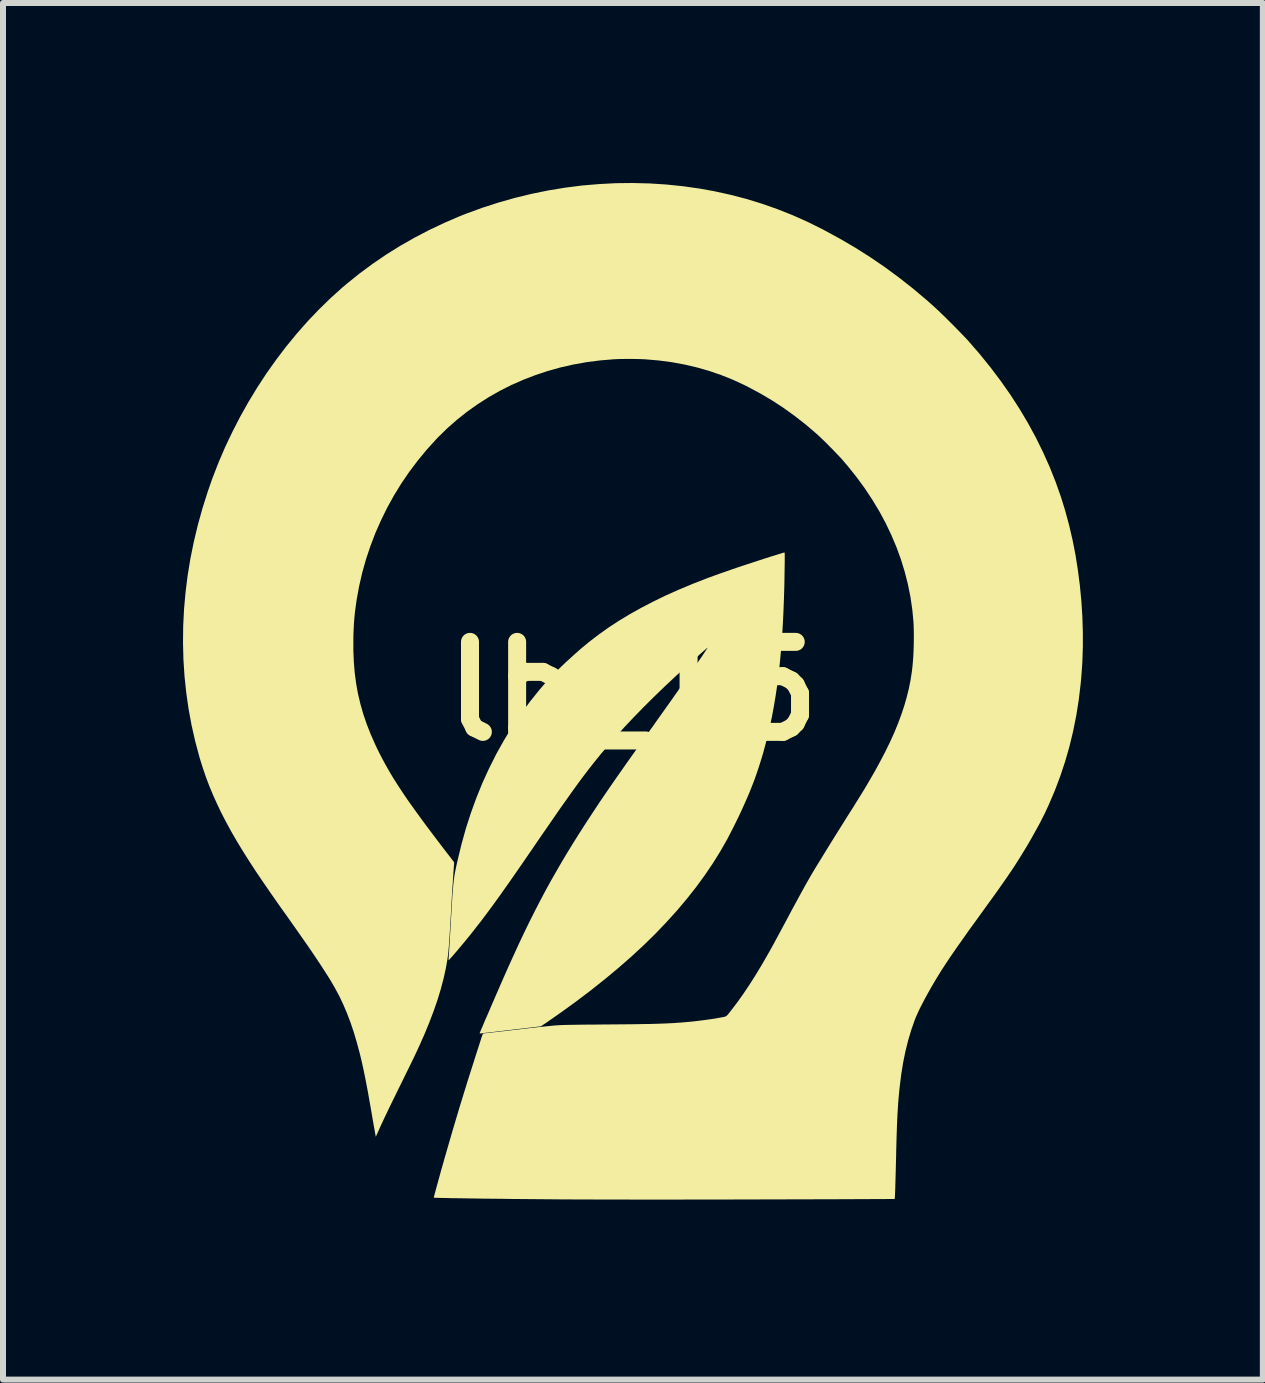
<source format=kicad_pcb>
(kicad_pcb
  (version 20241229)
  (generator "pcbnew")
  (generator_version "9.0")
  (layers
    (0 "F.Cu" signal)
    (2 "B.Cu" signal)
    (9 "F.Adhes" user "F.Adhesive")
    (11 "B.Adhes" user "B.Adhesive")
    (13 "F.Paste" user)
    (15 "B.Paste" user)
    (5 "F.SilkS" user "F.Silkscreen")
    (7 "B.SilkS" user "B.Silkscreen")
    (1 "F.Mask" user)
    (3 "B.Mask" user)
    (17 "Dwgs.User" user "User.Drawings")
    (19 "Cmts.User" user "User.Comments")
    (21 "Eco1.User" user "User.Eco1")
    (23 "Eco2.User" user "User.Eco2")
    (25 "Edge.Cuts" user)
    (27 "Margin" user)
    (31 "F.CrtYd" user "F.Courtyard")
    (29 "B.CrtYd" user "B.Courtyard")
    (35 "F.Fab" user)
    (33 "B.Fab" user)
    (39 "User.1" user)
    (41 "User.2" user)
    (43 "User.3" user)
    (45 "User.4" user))
  (footprint "lb_15"
    (layer "F.Cu")
    (at 7.497 8.469)
    (property "Reference" "lb_15" (at 0 0 0) (layer "F.SilkS") (effects (font (size 1.5 1.5) (thickness 0.3))))
    (attr board_only exclude_from_pos_files exclude_from_bom)
    (fp_poly (pts (xy 2.527 -2.311) (xy 2.528 -2.308) (xy 2.529 -2.302) (xy 2.53 -2.292) (xy 2.531 -2.277) (xy 2.531 -2.256) (xy 2.531 -2.229) (xy 2.531 -2.194) (xy 2.531 -2.151) (xy 2.53 -2.098) (xy 2.529 -2.035) (xy 2.529 -2.033) (xy 2.525 -1.782) (xy 2.518 -1.542) (xy 2.509 -1.311) (xy 2.498 -1.09) (xy 2.484 -0.877) (xy 2.468 -0.672) (xy 2.45 -0.475) (xy 2.429 -0.285) (xy 2.406 -0.1) (xy 2.379 0.078) (xy 2.35 0.251) (xy 2.319 0.42) (xy 2.284 0.585) (xy 2.246 0.747) (xy 2.205 0.906) (xy 2.171 1.031) (xy 2.136 1.148) (xy 2.1 1.261) (xy 2.063 1.372) (xy 2.024 1.482) (xy 1.981 1.593) (xy 1.936 1.705) (xy 1.886 1.821) (xy 1.832 1.941) (xy 1.774 2.067) (xy 1.709 2.2) (xy 1.68 2.259) (xy 1.574 2.465) (xy 1.458 2.668) (xy 1.333 2.869) (xy 1.198 3.068) (xy 1.054 3.265) (xy 0.9 3.46) (xy 0.736 3.655) (xy 0.562 3.847) (xy 0.379 4.039) (xy 0.185 4.229) (xy -0.02 4.419) (xy -0.235 4.607) (xy -0.461 4.795) (xy -0.697 4.983) (xy -0.944 5.17) (xy -1.151 5.32) (xy -1.189 5.347) (xy -1.23 5.376) (xy -1.272 5.406) (xy -1.314 5.435) (xy -1.355 5.464) (xy -1.395 5.491) (xy -1.431 5.517) (xy -1.464 5.539) (xy -1.492 5.558) (xy -1.513 5.572) (xy -1.527 5.582) (xy -1.534 5.585) (xy -1.54 5.586) (xy -1.556 5.588) (xy -1.581 5.591) (xy -1.615 5.595) (xy -1.656 5.6) (xy -1.703 5.606) (xy -1.756 5.612) (xy -1.813 5.619) (xy -1.873 5.626) (xy -1.936 5.633) (xy -2.001 5.641) (xy -2.066 5.649) (xy -2.131 5.656) (xy -2.194 5.664) (xy -2.256 5.671) (xy -2.314 5.678) (xy -2.367 5.684) (xy -2.416 5.69) (xy -2.459 5.694) (xy -2.495 5.699) (xy -2.522 5.702) (xy -2.541 5.704) (xy -2.55 5.705) (xy -2.551 5.705) (xy -2.553 5.7) (xy -2.552 5.695) (xy -2.549 5.688) (xy -2.542 5.672) (xy -2.532 5.647) (xy -2.518 5.615) (xy -2.501 5.576) (xy -2.482 5.53) (xy -2.461 5.48) (xy -2.437 5.426) (xy -2.412 5.369) (xy -2.386 5.309) (xy -2.36 5.247) (xy -2.333 5.185) (xy -2.306 5.123) (xy -2.28 5.062) (xy -2.254 5.003) (xy -2.229 4.946) (xy -2.207 4.894) (xy -2.186 4.846) (xy -2.168 4.805) (xy -2.075 4.595) (xy -1.984 4.395) (xy -1.896 4.203) (xy -1.809 4.019) (xy -1.723 3.842) (xy -1.636 3.669) (xy -1.55 3.502) (xy -1.463 3.337) (xy -1.374 3.175) (xy -1.283 3.015) (xy -1.19 2.854) (xy -1.094 2.693) (xy -0.993 2.529) (xy -0.889 2.363) (xy -0.78 2.193) (xy -0.668 2.023) (xy -0.628 1.962) (xy -0.589 1.903) (xy -0.549 1.843) (xy -0.508 1.783) (xy -0.467 1.722) (xy -0.424 1.659) (xy -0.379 1.594) (xy -0.332 1.526) (xy -0.283 1.455) (xy -0.23 1.38) (xy -0.174 1.3) (xy -0.115 1.215) (xy -0.051 1.125) (xy 0.018 1.028) (xy 0.092 0.924) (xy 0.17 0.813) (xy 0.255 0.694) (xy 0.332 0.587) (xy 0.41 0.476) (xy 0.487 0.368) (xy 0.562 0.262) (xy 0.635 0.16) (xy 0.704 0.061) (xy 0.771 -0.034) (xy 0.835 -0.124) (xy 0.895 -0.21) (xy 0.951 -0.291) (xy 1.004 -0.366) (xy 1.052 -0.436) (xy 1.095 -0.499) (xy 1.134 -0.555) (xy 1.167 -0.604) (xy 1.195 -0.646) (xy 1.217 -0.68) (xy 1.234 -0.705) (xy 1.243 -0.721) (xy 1.245 -0.723) (xy 1.245 -0.725) (xy 1.243 -0.724) (xy 1.239 -0.721) (xy 1.23 -0.714) (xy 1.218 -0.703) (xy 1.2 -0.687) (xy 1.175 -0.666) (xy 1.144 -0.638) (xy 1.12 -0.617) (xy 0.913 -0.432) (xy 0.715 -0.251) (xy 0.527 -0.075) (xy 0.348 0.098) (xy 0.178 0.267) (xy 0.016 0.433) (xy -0.137 0.595) (xy -0.282 0.755) (xy -0.42 0.913) (xy -0.551 1.068) (xy -0.556 1.076) (xy -0.6 1.13) (xy -0.644 1.184) (xy -0.688 1.24) (xy -0.733 1.297) (xy -0.778 1.356) (xy -0.824 1.417) (xy -0.873 1.482) (xy -0.923 1.55) (xy -0.975 1.622) (xy -1.03 1.699) (xy -1.088 1.781) (xy -1.15 1.868) (xy -1.216 1.961) (xy -1.285 2.061) (xy -1.359 2.168) (xy -1.438 2.283) (xy -1.523 2.405) (xy -1.613 2.537) (xy -1.651 2.593) (xy -1.745 2.729) (xy -1.832 2.856) (xy -1.915 2.976) (xy -1.992 3.087) (xy -2.065 3.192) (xy -2.135 3.29) (xy -2.2 3.383) (xy -2.263 3.47) (xy -2.322 3.552) (xy -2.38 3.631) (xy -2.435 3.705) (xy -2.489 3.777) (xy -2.542 3.847) (xy -2.595 3.914) (xy -2.647 3.981) (xy -2.699 4.047) (xy -2.752 4.113) (xy -2.757 4.118) (xy -2.789 4.158) (xy -2.824 4.2) (xy -2.858 4.241) (xy -2.893 4.282) (xy -2.926 4.322) (xy -2.958 4.359) (xy -2.987 4.393) (xy -3.013 4.423) (xy -3.036 4.448) (xy -3.053 4.467) (xy -3.065 4.48) (xy -3.071 4.485) (xy -3.071 4.485) (xy -3.071 4.479) (xy -3.071 4.463) (xy -3.07 4.439) (xy -3.068 4.408) (xy -3.065 4.372) (xy -3.063 4.332) (xy -3.062 4.321) (xy -3.059 4.279) (xy -3.056 4.228) (xy -3.052 4.171) (xy -3.049 4.109) (xy -3.045 4.045) (xy -3.041 3.982) (xy -3.038 3.921) (xy -3.037 3.908) (xy -3.031 3.8) (xy -3.025 3.703) (xy -3.02 3.615) (xy -3.015 3.536) (xy -3.011 3.465) (xy -3.007 3.401) (xy -3.002 3.343) (xy -2.998 3.292) (xy -2.994 3.245) (xy -2.99 3.202) (xy -2.986 3.163) (xy -2.981 3.126) (xy -2.976 3.091) (xy -2.971 3.058) (xy -2.965 3.024) (xy -2.958 2.99) (xy -2.951 2.955) (xy -2.943 2.917) (xy -2.934 2.877) (xy -2.924 2.833) (xy -2.858 2.559) (xy -2.784 2.292) (xy -2.7 2.031) (xy -2.607 1.775) (xy -2.506 1.527) (xy -2.395 1.284) (xy -2.277 1.049) (xy -2.149 0.82) (xy -2.014 0.598) (xy -1.87 0.384) (xy -1.717 0.177) (xy -1.557 -0.023) (xy -1.454 -0.142) (xy -1.398 -0.203) (xy -1.335 -0.269) (xy -1.266 -0.339) (xy -1.192 -0.411) (xy -1.114 -0.485) (xy -1.034 -0.558) (xy -0.954 -0.63) (xy -0.875 -0.7) (xy -0.797 -0.765) (xy -0.732 -0.819) (xy -0.574 -0.94) (xy -0.409 -1.058) (xy -0.235 -1.172) (xy -0.053 -1.282) (xy 0.138 -1.389) (xy 0.339 -1.493) (xy 0.548 -1.595) (xy 0.768 -1.693) (xy 0.998 -1.789) (xy 1.239 -1.883) (xy 1.277 -1.897) (xy 1.359 -1.927) (xy 1.45 -1.96) (xy 1.549 -1.994) (xy 1.654 -2.031) (xy 1.763 -2.068) (xy 1.875 -2.105) (xy 1.988 -2.142) (xy 2.1 -2.179) (xy 2.211 -2.215) (xy 2.318 -2.249) (xy 2.419 -2.28) (xy 2.514 -2.309) (xy 2.522 -2.311) (xy 2.525 -2.312)) (stroke (width 0) (type solid)) (fill yes) (layer "F.SilkS"))
    (fp_poly (pts (xy 0.278 -8.462) (xy 0.558 -8.444) (xy 0.838 -8.415) (xy 1.115 -8.376) (xy 1.352 -8.333) (xy 1.621 -8.274) (xy 1.887 -8.205) (xy 2.149 -8.125) (xy 2.407 -8.034) (xy 2.662 -7.933) (xy 2.913 -7.821) (xy 3.161 -7.698) (xy 3.184 -7.686) (xy 3.45 -7.541) (xy 3.707 -7.391) (xy 3.956 -7.233) (xy 4.198 -7.068) (xy 4.434 -6.894) (xy 4.666 -6.712) (xy 4.894 -6.52) (xy 5.031 -6.398) (xy 5.063 -6.368) (xy 5.102 -6.332) (xy 5.145 -6.29) (xy 5.193 -6.244) (xy 5.242 -6.195) (xy 5.294 -6.144) (xy 5.345 -6.093) (xy 5.395 -6.042) (xy 5.443 -5.993) (xy 5.487 -5.947) (xy 5.527 -5.906) (xy 5.561 -5.87) (xy 5.582 -5.847) (xy 5.776 -5.624) (xy 5.959 -5.398) (xy 6.131 -5.17) (xy 6.293 -4.939) (xy 6.444 -4.705) (xy 6.585 -4.468) (xy 6.716 -4.227) (xy 6.836 -3.983) (xy 6.947 -3.735) (xy 7.047 -3.484) (xy 7.135 -3.235) (xy 7.206 -3.005) (xy 7.27 -2.768) (xy 7.327 -2.524) (xy 7.376 -2.275) (xy 7.416 -2.022) (xy 7.449 -1.767) (xy 7.474 -1.509) (xy 7.491 -1.25) (xy 7.499 -0.992) (xy 7.499 -0.735) (xy 7.491 -0.481) (xy 7.473 -0.23) (xy 7.464 -0.134) (xy 7.432 0.138) (xy 7.39 0.404) (xy 7.338 0.665) (xy 7.276 0.921) (xy 7.204 1.172) (xy 7.122 1.419) (xy 7.031 1.66) (xy 6.929 1.898) (xy 6.867 2.032) (xy 6.829 2.107) (xy 6.787 2.19) (xy 6.739 2.278) (xy 6.688 2.37) (xy 6.635 2.465) (xy 6.58 2.56) (xy 6.524 2.653) (xy 6.468 2.744) (xy 6.415 2.829) (xy 6.386 2.874) (xy 6.358 2.918) (xy 6.329 2.962) (xy 6.299 3.007) (xy 6.267 3.053) (xy 6.235 3.101) (xy 6.199 3.152) (xy 6.161 3.207) (xy 6.12 3.265) (xy 6.076 3.328) (xy 6.027 3.396) (xy 5.973 3.471) (xy 5.914 3.552) (xy 5.85 3.641) (xy 5.78 3.738) (xy 5.765 3.759) (xy 5.68 3.876) (xy 5.601 3.985) (xy 5.529 4.087) (xy 5.462 4.182) (xy 5.399 4.271) (xy 5.342 4.354) (xy 5.288 4.432) (xy 5.239 4.506) (xy 5.192 4.577) (xy 5.148 4.644) (xy 5.107 4.71) (xy 5.068 4.774) (xy 5.03 4.837) (xy 4.993 4.9) (xy 4.972 4.936) (xy 4.918 5.032) (xy 4.868 5.123) (xy 4.823 5.209) (xy 4.782 5.289) (xy 4.748 5.362) (xy 4.719 5.427) (xy 4.699 5.476) (xy 4.641 5.642) (xy 4.589 5.816) (xy 4.543 5.999) (xy 4.504 6.191) (xy 4.472 6.391) (xy 4.446 6.601) (xy 4.437 6.691) (xy 4.431 6.757) (xy 4.425 6.822) (xy 4.42 6.887) (xy 4.416 6.954) (xy 4.412 7.022) (xy 4.408 7.094) (xy 4.404 7.171) (xy 4.401 7.252) (xy 4.398 7.34) (xy 4.395 7.434) (xy 4.392 7.537) (xy 4.389 7.649) (xy 4.387 7.771) (xy 4.386 7.792) (xy 4.384 7.874) (xy 4.382 7.954) (xy 4.38 8.031) (xy 4.378 8.104) (xy 4.376 8.172) (xy 4.374 8.234) (xy 4.373 8.29) (xy 4.371 8.337) (xy 4.369 8.377) (xy 4.368 8.407) (xy 4.366 8.427) (xy 4.366 8.429) (xy 4.363 8.463) (xy 3.434 8.467) (xy 3.227 8.468) (xy 3.019 8.468) (xy 2.808 8.469) (xy 2.597 8.469) (xy 2.386 8.47) (xy 2.175 8.47) (xy 1.964 8.471) (xy 1.755 8.471) (xy 1.548 8.472) (xy 1.344 8.472) (xy 1.142 8.472) (xy 0.944 8.472) (xy 0.75 8.473) (xy 0.561 8.473) (xy 0.377 8.473) (xy 0.199 8.473) (xy 0.028 8.473) (xy -0.137 8.472) (xy -0.295 8.472) (xy -0.444 8.472) (xy -0.585 8.472) (xy -0.717 8.471) (xy -0.839 8.471) (xy -0.951 8.471) (xy -1.028 8.47) (xy -1.137 8.47) (xy -1.249 8.469) (xy -1.363 8.468) (xy -1.478 8.467) (xy -1.594 8.466) (xy -1.711 8.465) (xy -1.828 8.464) (xy -1.944 8.463) (xy -2.059 8.462) (xy -2.172 8.46) (xy -2.283 8.459) (xy -2.391 8.458) (xy -2.496 8.457) (xy -2.597 8.455) (xy -2.694 8.454) (xy -2.786 8.452) (xy -2.872 8.451) (xy -2.953 8.45) (xy -3.026 8.449) (xy -3.093 8.447) (xy -3.152 8.446) (xy -3.203 8.445) (xy -3.246 8.444) (xy -3.279 8.443) (xy -3.302 8.442) (xy -3.315 8.441) (xy -3.318 8.44) (xy -3.317 8.434) (xy -3.313 8.419) (xy -3.307 8.394) (xy -3.298 8.361) (xy -3.287 8.321) (xy -3.275 8.275) (xy -3.26 8.223) (xy -3.245 8.166) (xy -3.228 8.106) (xy -3.211 8.043) (xy -3.193 7.978) (xy -3.174 7.912) (xy -3.155 7.845) (xy -3.137 7.78) (xy -3.128 7.75) (xy -3.008 7.335) (xy -2.884 6.919) (xy -2.755 6.501) (xy -2.62 6.077) (xy -2.611 6.048) (xy -2.595 5.998) (xy -2.579 5.949) (xy -2.564 5.902) (xy -2.55 5.859) (xy -2.538 5.822) (xy -2.529 5.792) (xy -2.522 5.771) (xy -2.521 5.768) (xy -2.511 5.739) (xy -2.503 5.718) (xy -2.497 5.707) (xy -2.494 5.705) (xy -2.487 5.704) (xy -2.47 5.702) (xy -2.444 5.699) (xy -2.409 5.695) (xy -2.365 5.69) (xy -2.314 5.684) (xy -2.257 5.678) (xy -2.194 5.67) (xy -2.125 5.663) (xy -2.052 5.654) (xy -1.976 5.645) (xy -1.912 5.638) (xy -1.814 5.626) (xy -1.726 5.616) (xy -1.647 5.607) (xy -1.577 5.599) (xy -1.515 5.593) (xy -1.46 5.587) (xy -1.412 5.582) (xy -1.37 5.578) (xy -1.332 5.574) (xy -1.298 5.571) (xy -1.268 5.569) (xy -1.241 5.567) (xy -1.215 5.566) (xy -1.201 5.565) (xy -1.178 5.564) (xy -1.144 5.563) (xy -1.1 5.562) (xy -1.049 5.561) (xy -0.989 5.56) (xy -0.923 5.559) (xy -0.851 5.558) (xy -0.774 5.557) (xy -0.692 5.557) (xy -0.608 5.556) (xy -0.521 5.555) (xy -0.433 5.554) (xy -0.397 5.554) (xy -0.271 5.553) (xy -0.155 5.552) (xy -0.05 5.551) (xy 0.047 5.55) (xy 0.136 5.548) (xy 0.218 5.547) (xy 0.292 5.546) (xy 0.361 5.544) (xy 0.425 5.542) (xy 0.485 5.54) (xy 0.541 5.538) (xy 0.594 5.535) (xy 0.645 5.533) (xy 0.695 5.53) (xy 0.745 5.526) (xy 0.795 5.523) (xy 0.845 5.519) (xy 0.863 5.517) (xy 0.968 5.508) (xy 1.074 5.496) (xy 1.179 5.483) (xy 1.28 5.469) (xy 1.375 5.455) (xy 1.462 5.439) (xy 1.472 5.437) (xy 1.497 5.433) (xy 1.517 5.429) (xy 1.533 5.425) (xy 1.546 5.42) (xy 1.558 5.413) (xy 1.57 5.403) (xy 1.584 5.388) (xy 1.6 5.368) (xy 1.621 5.342) (xy 1.646 5.309) (xy 1.656 5.297) (xy 1.752 5.17) (xy 1.848 5.034) (xy 1.946 4.888) (xy 2.045 4.732) (xy 2.146 4.565) (xy 2.248 4.388) (xy 2.267 4.355) (xy 2.287 4.319) (xy 2.308 4.282) (xy 2.329 4.243) (xy 2.351 4.203) (xy 2.375 4.159) (xy 2.401 4.111) (xy 2.43 4.057) (xy 2.462 3.998) (xy 2.498 3.931) (xy 2.538 3.856) (xy 2.576 3.785) (xy 2.632 3.68) (xy 2.684 3.583) (xy 2.732 3.495) (xy 2.776 3.414) (xy 2.817 3.339) (xy 2.855 3.27) (xy 2.891 3.205) (xy 2.926 3.144) (xy 2.959 3.086) (xy 2.992 3.03) (xy 3.025 2.975) (xy 3.058 2.92) (xy 3.092 2.865) (xy 3.127 2.808) (xy 3.143 2.783) (xy 3.162 2.751) (xy 3.185 2.713) (xy 3.21 2.673) (xy 3.235 2.632) (xy 3.256 2.598) (xy 3.274 2.568) (xy 3.298 2.53) (xy 3.326 2.485) (xy 3.357 2.435) (xy 3.391 2.38) (xy 3.427 2.323) (xy 3.464 2.264) (xy 3.501 2.205) (xy 3.535 2.151) (xy 3.588 2.066) (xy 3.636 1.991) (xy 3.679 1.923) (xy 3.717 1.861) (xy 3.752 1.806) (xy 3.783 1.755) (xy 3.812 1.709) (xy 3.839 1.665) (xy 3.864 1.624) (xy 3.888 1.584) (xy 3.911 1.544) (xy 3.929 1.514) (xy 4.032 1.336) (xy 4.125 1.165) (xy 4.211 1) (xy 4.289 0.84) (xy 4.359 0.685) (xy 4.421 0.533) (xy 4.476 0.385) (xy 4.524 0.24) (xy 4.565 0.096) (xy 4.6 -0.045) (xy 4.628 -0.186) (xy 4.65 -0.327) (xy 4.659 -0.405) (xy 4.666 -0.477) (xy 4.672 -0.557) (xy 4.677 -0.642) (xy 4.68 -0.732) (xy 4.682 -0.822) (xy 4.683 -0.912) (xy 4.682 -0.997) (xy 4.68 -1.076) (xy 4.677 -1.147) (xy 4.677 -1.149) (xy 4.657 -1.361) (xy 4.626 -1.572) (xy 4.584 -1.781) (xy 4.531 -1.989) (xy 4.468 -2.195) (xy 4.394 -2.398) (xy 4.309 -2.6) (xy 4.214 -2.799) (xy 4.109 -2.995) (xy 3.993 -3.187) (xy 3.868 -3.377) (xy 3.732 -3.563) (xy 3.586 -3.746) (xy 3.488 -3.861) (xy 3.456 -3.896) (xy 3.418 -3.936) (xy 3.375 -3.981) (xy 3.329 -4.029) (xy 3.28 -4.078) (xy 3.232 -4.127) (xy 3.184 -4.174) (xy 3.139 -4.217) (xy 3.099 -4.255) (xy 3.064 -4.287) (xy 3.062 -4.289) (xy 2.883 -4.442) (xy 2.701 -4.584) (xy 2.517 -4.717) (xy 2.328 -4.841) (xy 2.134 -4.956) (xy 1.933 -5.064) (xy 1.866 -5.098) (xy 1.673 -5.188) (xy 1.476 -5.267) (xy 1.275 -5.336) (xy 1.07 -5.395) (xy 0.861 -5.444) (xy 0.647 -5.483) (xy 0.428 -5.512) (xy 0.204 -5.531) (xy 0.164 -5.533) (xy 0.115 -5.535) (xy 0.059 -5.536) (xy -0.001 -5.537) (xy -0.064 -5.537) (xy -0.126 -5.537) (xy -0.186 -5.536) (xy -0.242 -5.535) (xy -0.29 -5.533) (xy -0.324 -5.531) (xy -0.55 -5.512) (xy -0.773 -5.483) (xy -0.992 -5.444) (xy -1.208 -5.395) (xy -1.419 -5.336) (xy -1.626 -5.267) (xy -1.828 -5.189) (xy -2.026 -5.102) (xy -2.218 -5.005) (xy -2.404 -4.899) (xy -2.584 -4.784) (xy -2.759 -4.66) (xy -2.926 -4.528) (xy -3.087 -4.387) (xy -3.241 -4.237) (xy -3.278 -4.198) (xy -3.436 -4.024) (xy -3.585 -3.843) (xy -3.726 -3.656) (xy -3.858 -3.463) (xy -3.98 -3.264) (xy -4.093 -3.06) (xy -4.196 -2.851) (xy -4.29 -2.638) (xy -4.373 -2.421) (xy -4.447 -2.2) (xy -4.51 -1.976) (xy -4.562 -1.749) (xy -4.604 -1.52) (xy -4.606 -1.503) (xy -4.62 -1.405) (xy -4.632 -1.313) (xy -4.641 -1.223) (xy -4.648 -1.132) (xy -4.653 -1.038) (xy -4.657 -0.938) (xy -4.658 -0.866) (xy -4.658 -0.672) (xy -4.65 -0.485) (xy -4.635 -0.304) (xy -4.612 -0.129) (xy -4.581 0.043) (xy -4.541 0.212) (xy -4.493 0.38) (xy -4.436 0.548) (xy -4.37 0.716) (xy -4.294 0.888) (xy -4.261 0.958) (xy -4.221 1.039) (xy -4.179 1.12) (xy -4.136 1.2) (xy -4.091 1.28) (xy -4.044 1.362) (xy -3.994 1.446) (xy -3.94 1.531) (xy -3.883 1.619) (xy -3.822 1.711) (xy -3.757 1.807) (xy -3.686 1.907) (xy -3.611 2.012) (xy -3.53 2.123) (xy -3.444 2.24) (xy -3.351 2.364) (xy -3.251 2.496) (xy -3.171 2.601) (xy -3.138 2.644) (xy -3.106 2.685) (xy -3.077 2.723) (xy -3.051 2.757) (xy -3.029 2.786) (xy -3.011 2.809) (xy -2.999 2.825) (xy -2.993 2.833) (xy -2.978 2.854) (xy -2.992 3.046) (xy -2.995 3.096) (xy -2.999 3.154) (xy -3.003 3.219) (xy -3.008 3.287) (xy -3.012 3.355) (xy -3.016 3.421) (xy -3.02 3.483) (xy -3.02 3.486) (xy -3.026 3.6) (xy -3.032 3.704) (xy -3.038 3.797) (xy -3.043 3.882) (xy -3.047 3.957) (xy -3.051 4.025) (xy -3.055 4.085) (xy -3.059 4.139) (xy -3.062 4.186) (xy -3.065 4.228) (xy -3.068 4.265) (xy -3.071 4.298) (xy -3.073 4.327) (xy -3.076 4.354) (xy -3.078 4.378) (xy -3.081 4.4) (xy -3.084 4.421) (xy -3.087 4.442) (xy -3.087 4.448) (xy -3.116 4.614) (xy -3.154 4.787) (xy -3.201 4.965) (xy -3.257 5.149) (xy -3.323 5.339) (xy -3.398 5.535) (xy -3.466 5.7) (xy -3.486 5.747) (xy -3.507 5.793) (xy -3.527 5.839) (xy -3.547 5.885) (xy -3.569 5.932) (xy -3.591 5.981) (xy -3.616 6.033) (xy -3.642 6.089) (xy -3.671 6.149) (xy -3.703 6.215) (xy -3.739 6.288) (xy -3.778 6.367) (xy -3.821 6.455) (xy -3.868 6.552) (xy -3.878 6.571) (xy -3.927 6.671) (xy -3.972 6.763) (xy -4.013 6.846) (xy -4.05 6.922) (xy -4.083 6.991) (xy -4.113 7.054) (xy -4.141 7.112) (xy -4.166 7.166) (xy -4.19 7.217) (xy -4.212 7.265) (xy -4.232 7.311) (xy -4.241 7.33) (xy -4.284 7.426) (xy -4.296 7.363) (xy -4.299 7.344) (xy -4.304 7.314) (xy -4.311 7.278) (xy -4.319 7.235) (xy -4.327 7.187) (xy -4.336 7.136) (xy -4.345 7.084) (xy -4.347 7.071) (xy -4.368 6.949) (xy -4.388 6.837) (xy -4.406 6.734) (xy -4.423 6.64) (xy -4.44 6.552) (xy -4.455 6.472) (xy -4.471 6.396) (xy -4.485 6.325) (xy -4.5 6.257) (xy -4.514 6.192) (xy -4.529 6.129) (xy -4.544 6.066) (xy -4.554 6.027) (xy -4.602 5.849) (xy -4.652 5.68) (xy -4.706 5.52) (xy -4.764 5.368) (xy -4.826 5.222) (xy -4.893 5.081) (xy -4.966 4.945) (xy -5.044 4.811) (xy -5.067 4.774) (xy -5.103 4.717) (xy -5.139 4.661) (xy -5.175 4.606) (xy -5.211 4.55) (xy -5.249 4.493) (xy -5.288 4.434) (xy -5.329 4.373) (xy -5.373 4.309) (xy -5.42 4.24) (xy -5.471 4.167) (xy -5.526 4.089) (xy -5.585 4.004) (xy -5.649 3.913) (xy -5.719 3.814) (xy -5.795 3.706) (xy -5.799 3.702) (xy -5.867 3.606) (xy -5.929 3.518) (xy -5.985 3.437) (xy -6.038 3.362) (xy -6.086 3.292) (xy -6.132 3.225) (xy -6.176 3.162) (xy -6.217 3.1) (xy -6.258 3.039) (xy -6.275 3.015) (xy -6.391 2.837) (xy -6.499 2.666) (xy -6.6 2.5) (xy -6.693 2.339) (xy -6.778 2.183) (xy -6.858 2.029) (xy -6.93 1.878) (xy -6.997 1.729) (xy -7.059 1.58) (xy -7.115 1.432) (xy -7.166 1.283) (xy -7.213 1.133) (xy -7.222 1.103) (xy -7.293 0.838) (xy -7.354 0.569) (xy -7.404 0.298) (xy -7.443 0.025) (xy -7.472 -0.25) (xy -7.49 -0.527) (xy -7.497 -0.805) (xy -7.494 -1.085) (xy -7.48 -1.365) (xy -7.455 -1.646) (xy -7.42 -1.927) (xy -7.374 -2.208) (xy -7.317 -2.489) (xy -7.25 -2.77) (xy -7.172 -3.05) (xy -7.084 -3.328) (xy -7.005 -3.554) (xy -6.903 -3.816) (xy -6.792 -4.074) (xy -6.671 -4.328) (xy -6.543 -4.577) (xy -6.405 -4.822) (xy -6.26 -5.061) (xy -6.107 -5.295) (xy -5.946 -5.522) (xy -5.779 -5.742) (xy -5.605 -5.954) (xy -5.425 -6.159) (xy -5.238 -6.355) (xy -5.046 -6.543) (xy -4.849 -6.721) (xy -4.765 -6.792) (xy -4.555 -6.961) (xy -4.337 -7.122) (xy -4.112 -7.276) (xy -3.879 -7.421) (xy -3.64 -7.557) (xy -3.395 -7.685) (xy -3.144 -7.804) (xy -2.889 -7.914) (xy -2.781 -7.957) (xy -2.513 -8.055) (xy -2.241 -8.143) (xy -1.966 -8.221) (xy -1.69 -8.288) (xy -1.411 -8.345) (xy -1.131 -8.391) (xy -0.85 -8.427) (xy -0.568 -8.451) (xy -0.286 -8.466) (xy -0.004 -8.469)) (stroke (width 0) (type solid)) (fill yes) (layer "F.SilkS")))
  (gr_rect
    (start -3 -3)
    (end 17.996 19.942)
    (stroke (width 0.1) (type default))
    (fill no)
    (layer "Edge.Cuts")))
</source>
